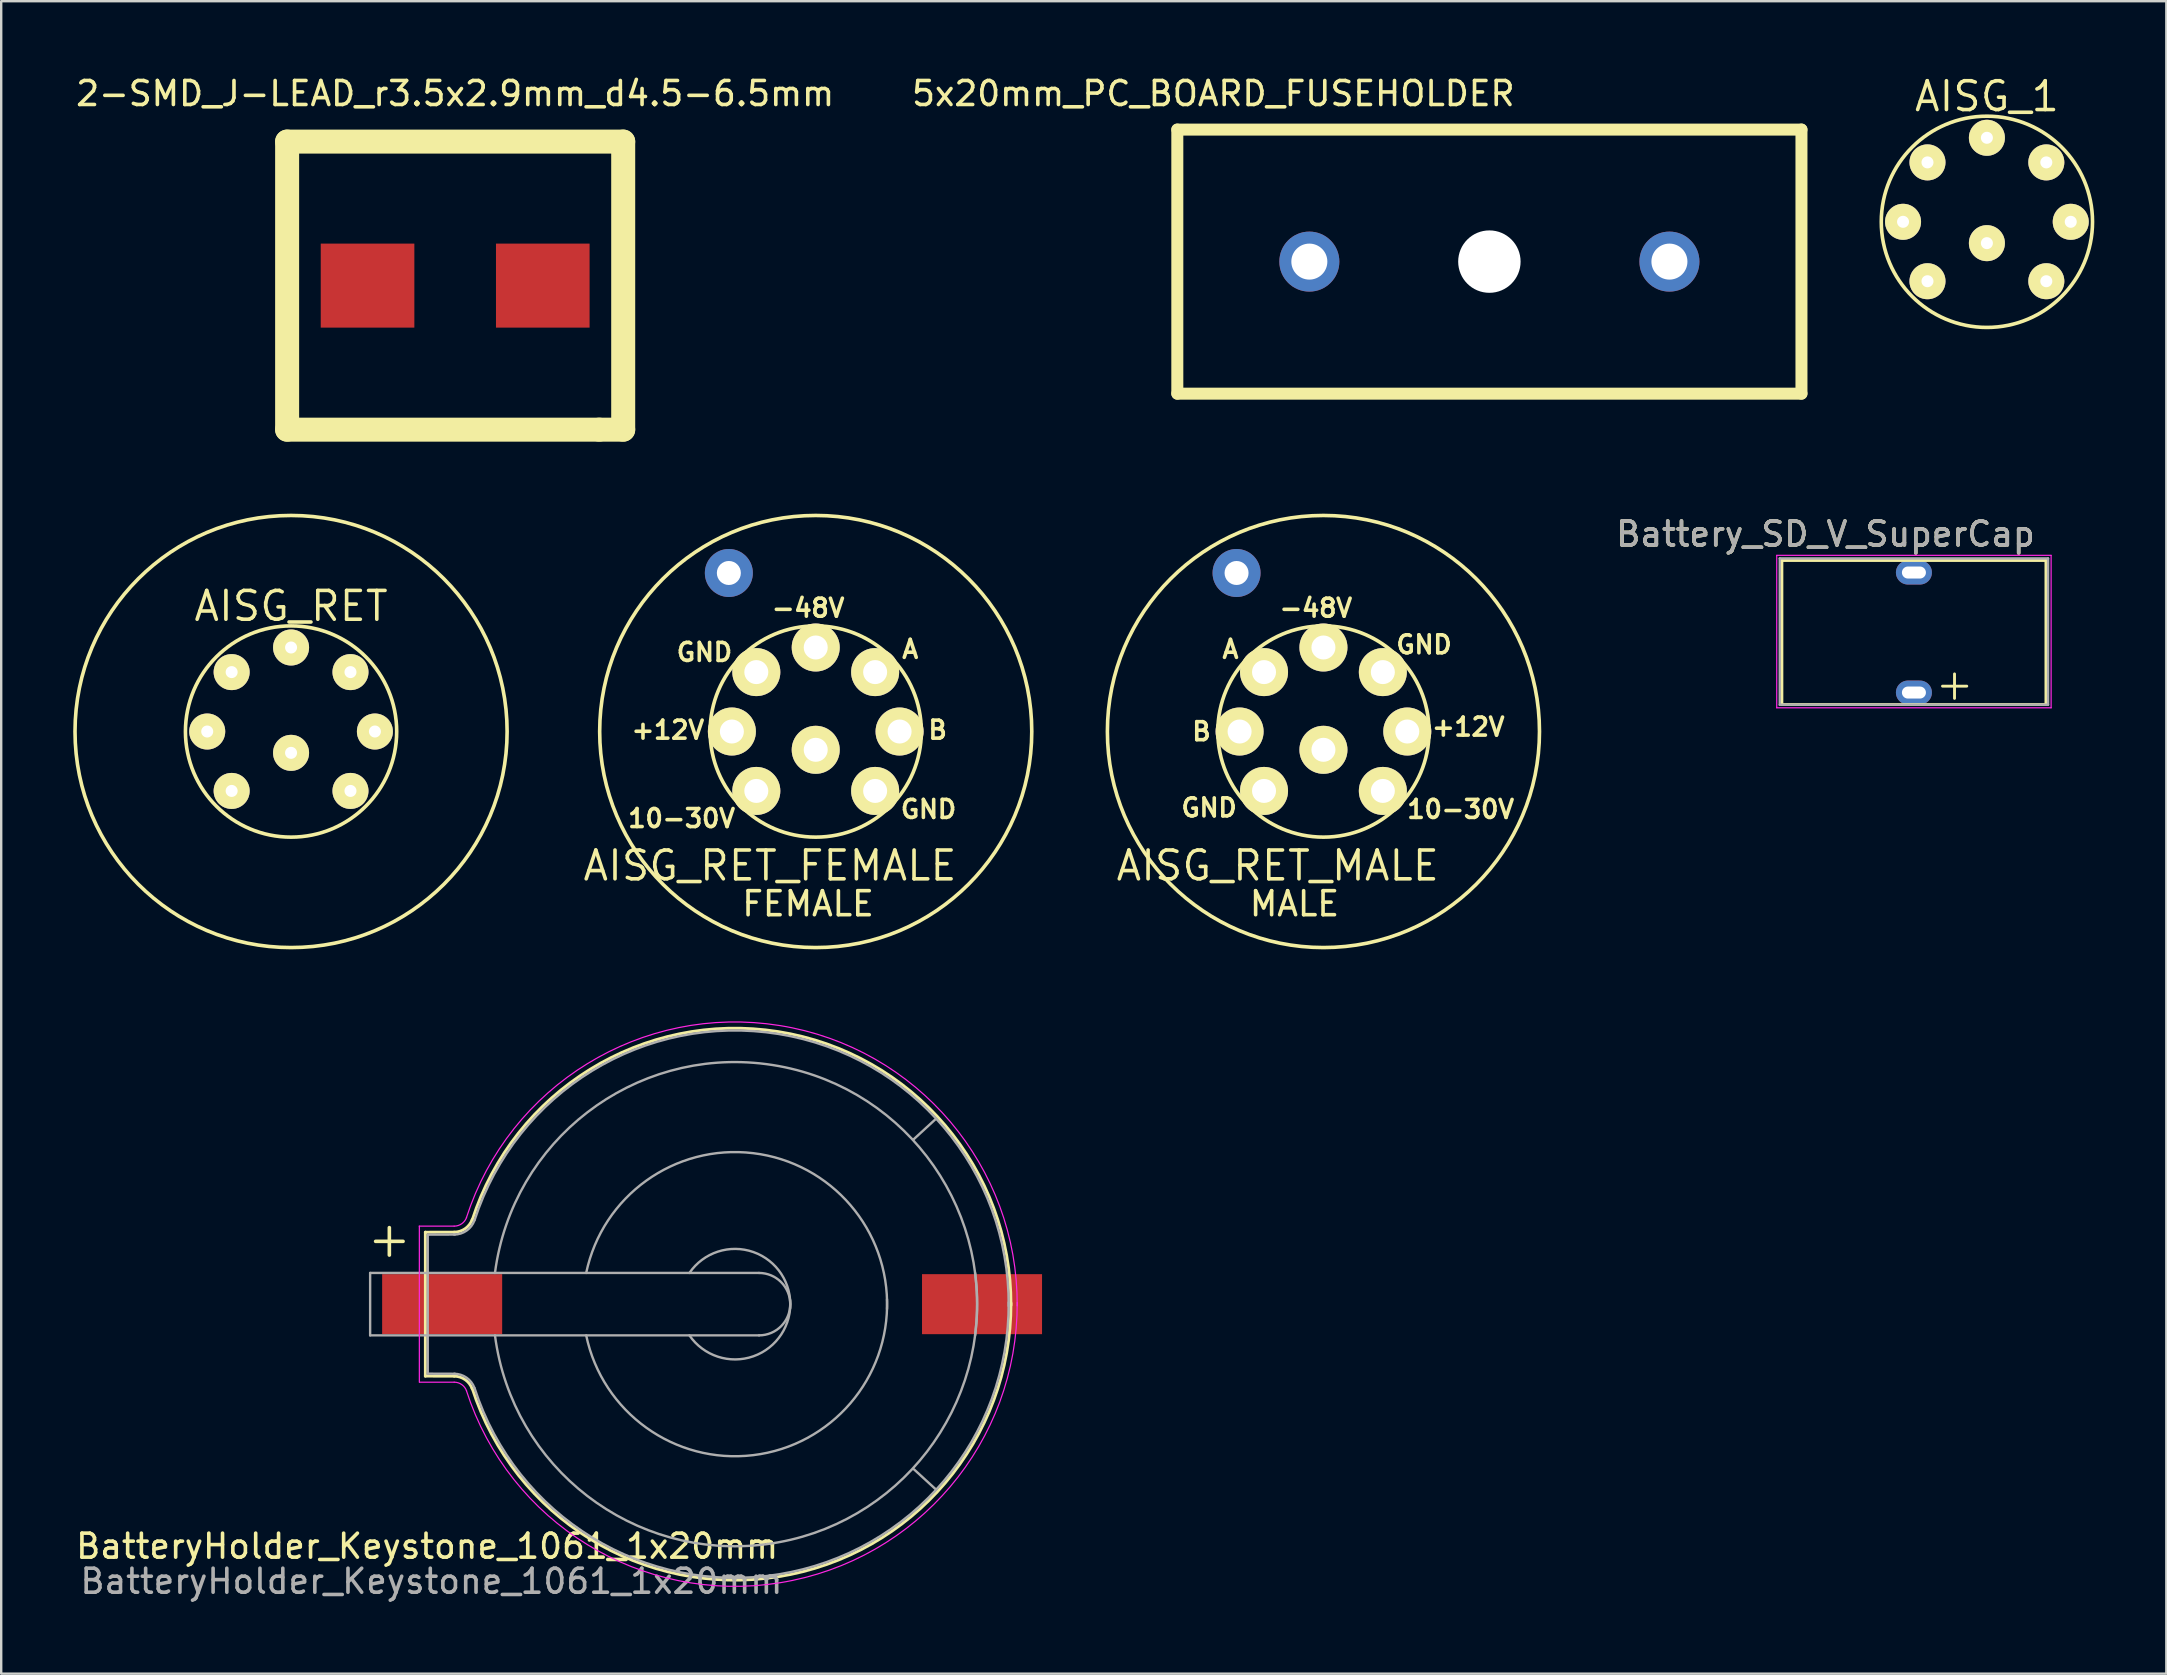
<source format=kicad_pcb>
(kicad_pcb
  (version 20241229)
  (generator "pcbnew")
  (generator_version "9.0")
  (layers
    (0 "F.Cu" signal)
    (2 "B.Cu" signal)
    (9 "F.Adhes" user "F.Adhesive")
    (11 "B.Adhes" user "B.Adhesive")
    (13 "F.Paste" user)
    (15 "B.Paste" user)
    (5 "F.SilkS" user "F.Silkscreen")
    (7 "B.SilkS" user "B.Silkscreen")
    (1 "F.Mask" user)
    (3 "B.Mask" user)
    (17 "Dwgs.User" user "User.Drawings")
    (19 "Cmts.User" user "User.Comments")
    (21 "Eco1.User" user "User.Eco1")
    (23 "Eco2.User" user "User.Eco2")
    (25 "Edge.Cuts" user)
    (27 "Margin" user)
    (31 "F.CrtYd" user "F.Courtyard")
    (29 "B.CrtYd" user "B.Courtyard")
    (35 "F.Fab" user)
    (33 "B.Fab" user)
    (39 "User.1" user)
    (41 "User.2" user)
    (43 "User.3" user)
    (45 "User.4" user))
  (footprint "AISG_1"
    (layer "F.Cu")
    (at 79.719 6.19)
    (property "Reference" "AISG_1" (at 0 -5.225 0) (layer "F.SilkS") (effects (font (size 1.2 1.2) (thickness 0.15))))
    (attr through_hole)
    (fp_circle (center 0 0) (end 0 4.4) (stroke (width 0.15) (type solid)) (fill no) (layer "F.SilkS"))
    (pad "1" thru_hole oval (at 3.493 0) (size 1.5 1.5) (drill 0.5) (layers "*.Cu" "*.Mask" "F.SilkS"))
    (pad "2" thru_hole oval (at 0 -3.5) (size 1.5 1.5) (drill 0.5) (layers "*.Cu" "*.Mask" "F.SilkS"))
    (pad "3" thru_hole oval (at -3.493 0) (size 1.5 1.5) (drill 0.5) (layers "*.Cu" "*.Mask" "F.SilkS"))
    (pad "4" thru_hole oval (at 2.475 -2.475) (size 1.5 1.5) (drill 0.5) (layers "*.Cu" "*.Mask" "F.SilkS"))
    (pad "5" thru_hole oval (at -2.475 -2.475) (size 1.5 1.5) (drill 0.5) (layers "*.Cu" "*.Mask" "F.SilkS"))
    (pad "6" thru_hole oval (at 2.475 2.475) (size 1.5 1.5) (drill 0.5) (layers "*.Cu" "*.Mask" "F.SilkS"))
    (pad "7" thru_hole oval (at -2.475 2.475) (size 1.5 1.5) (drill 0.5) (layers "*.Cu" "*.Mask" "F.SilkS"))
    (pad "8" thru_hole oval (at 0 0.889) (size 1.5 1.5) (drill 0.5) (layers "*.Cu" "*.Mask" "F.SilkS")))
  (footprint "BatteryHolder_Keystone_1061_1x20mm"
    (layer "F.Cu")
    (at 12.369 51.278)
    (property "Reference" "BatteryHolder_Keystone_1061_1x20mm" (at 2.375 10.084 0) (layer "F.SilkS") (effects (font (size 1 1) (thickness 0.15))))
    (attr through_hole)
    (fp_line (start 2.299 -2.997) (end 3.5 -3) (stroke (width 0.12) (type solid)) (layer "F.SilkS"))
    (fp_line (start 2.299 2.997) (end 3.5 3) (stroke (width 0.12) (type solid)) (layer "F.SilkS"))
    (fp_line (start 2.3 3) (end 2.3 -3) (stroke (width 0.12) (type solid)) (layer "F.SilkS"))
    (fp_arc (start 3.5 3) (mid 3.958861 3.144678) (end 4.251754 3.526384) (stroke (width 0.12) (type solid)) (layer "F.SilkS"))
    (fp_arc (start 4.25 -3.5) (mid 16.993514 -11.35499) (end 26.695671 0.045281) (stroke (width 0.12) (type solid)) (layer "F.SilkS"))
    (fp_arc (start 4.251754 -3.526384) (mid 3.958861 -3.144678) (end 3.5 -3) (stroke (width 0.12) (type solid)) (layer "F.SilkS"))
    (fp_arc (start 26.695671 -0.045281) (mid 16.993514 11.35499) (end 4.25 3.5) (stroke (width 0.12) (type solid)) (layer "F.SilkS"))
    (fp_line (start 2.045 -3.251) (end 3.5 -3.25) (stroke (width 0.05) (type solid)) (layer "F.CrtYd"))
    (fp_line (start 2.05 3.25) (end 2.05 -3.25) (stroke (width 0.05) (type solid)) (layer "F.CrtYd"))
    (fp_line (start 2.057 3.251) (end 3.5 3.25) (stroke (width 0.05) (type solid)) (layer "F.CrtYd"))
    (fp_arc (start 3.5 3.25) (mid 3.815467 3.349466) (end 4.016831 3.611889) (stroke (width 0.05) (type solid)) (layer "F.CrtYd"))
    (fp_arc (start 4.01 -3.6) (mid 17.055841 -11.60741) (end 26.954634 0.068483) (stroke (width 0.05) (type solid)) (layer "F.CrtYd"))
    (fp_arc (start 4.016831 -3.611889) (mid 3.815467 -3.349466) (end 3.5 -3.25) (stroke (width 0.05) (type solid)) (layer "F.CrtYd"))
    (fp_arc (start 26.954634 -0.068483) (mid 17.055841 11.60741) (end 4.01 3.6) (stroke (width 0.05) (type solid)) (layer "F.CrtYd"))
    (fp_line (start 0 -1.3) (end 0 1.3) (stroke (width 0.1) (type solid)) (layer "F.Fab"))
    (fp_line (start 0 1.3) (end 16.2 1.3) (stroke (width 0.1) (type solid)) (layer "F.Fab"))
    (fp_line (start 2.4 -2.883) (end 2.4 2.896) (stroke (width 0.1) (type solid)) (layer "F.Fab"))
    (fp_line (start 2.4 2.896) (end 3.531 2.9) (stroke (width 0.1) (type solid)) (layer "F.Fab"))
    (fp_line (start 3.531 -2.9) (end 2.413 -2.896) (stroke (width 0.1) (type solid)) (layer "F.Fab"))
    (fp_line (start 16.2 -1.3) (end 0 -1.3) (stroke (width 0.1) (type solid)) (layer "F.Fab"))
    (fp_line (start 23.571 -7.722) (end 22.631 -6.858) (stroke (width 0.1) (type solid)) (layer "F.Fab"))
    (fp_line (start 23.571 7.722) (end 22.657 6.883) (stroke (width 0.1) (type solid)) (layer "F.Fab"))
    (fp_arc (start 3.5 2.9) (mid 4.016219 3.062763) (end 4.345723 3.492182) (stroke (width 0.1) (type solid)) (layer "F.Fab"))
    (fp_arc (start 4.345723 -3.492182) (mid 4.016219 -3.062763) (end 3.5 -2.9) (stroke (width 0.1) (type solid)) (layer "F.Fab"))
    (fp_arc (start 4.35 -3.5) (mid 17.008726 -11.256154) (end 26.600299 0.075351) (stroke (width 0.1) (type solid)) (layer "F.Fab"))
    (fp_arc (start 5.2 -1.3) (mid 16.5 -10) (end 25.2 1.3) (stroke (width 0.1) (type solid)) (layer "F.Fab"))
    (fp_arc (start 9 -1.3) (mid 15.954687 -6.28971) (end 21.531551 0.203631) (stroke (width 0.1) (type solid)) (layer "F.Fab"))
    (fp_arc (start 13.3 -1.3) (mid 15.963947 -2.171724) (end 17.495448 0.175833) (stroke (width 0.1) (type solid)) (layer "F.Fab"))
    (fp_arc (start 16.2 -1.3) (mid 17.5 0) (end 16.2 1.3) (stroke (width 0.1) (type solid)) (layer "F.Fab"))
    (fp_arc (start 17.495448 -0.175833) (mid 15.963947 2.171724) (end 13.3 1.3) (stroke (width 0.1) (type solid)) (layer "F.Fab"))
    (fp_arc (start 21.531551 -0.203631) (mid 15.954687 6.28971) (end 9 1.3) (stroke (width 0.1) (type solid)) (layer "F.Fab"))
    (fp_arc (start 25.2 -1.3) (mid 16.5 10) (end 5.2 1.3) (stroke (width 0.1) (type solid)) (layer "F.Fab"))
    (fp_arc (start 26.600299 -0.075351) (mid 17.008726 11.256154) (end 4.35 3.5) (stroke (width 0.1) (type solid)) (layer "F.Fab"))
    (fp_text user "+" (at 0.8 -2.731 0) (layer "F.SilkS") (effects (font (size 1.5 1.5) (thickness 0.15))))
    (fp_text user "${REFERENCE}" (at 2.553 11.544 0) (layer "F.Fab") (effects (font (size 1 1) (thickness 0.15))))
    (pad "1" smd rect (at 3 0) (size 5 2.5) (layers "F.Cu" "F.Mask" "F.Paste"))
    (pad "2" smd rect (at 25.49 0) (size 5 2.5) (layers "F.Cu" "F.Mask" "F.Paste")))
  (footprint "AISG_RET_MALE"
    (layer "F.Cu")
    (at 52.081 27.423)
    (property "Reference" "AISG_RET_MALE" (at -1.905 5.588 0) (layer "F.SilkS") (effects (font (size 1.2 1.2) (thickness 0.15))))
    (attr through_hole)
    (fp_circle (center 0 0) (end 0 4.4) (stroke (width 0.15) (type solid)) (fill no) (layer "F.SilkS"))
    (fp_circle (center 0 0) (end 0 9) (stroke (width 0.15) (type solid)) (fill no) (layer "F.SilkS"))
    (fp_text user "MALE" (at -1.206 7.176 0) (layer "F.SilkS") (effects (font (size 1 1) (thickness 0.15))))
    (fp_text user "GND" (at -4.763 3.175 0) (layer "F.SilkS") (effects (font (size 0.75 0.75) (thickness 0.15))))
    (fp_text user "GND" (at 4.191 -3.619 0) (layer "F.SilkS") (effects (font (size 0.75 0.75) (thickness 0.15))))
    (fp_text user "10-30V" (at 5.715 3.239 0) (layer "F.SilkS") (effects (font (size 0.75 0.75) (thickness 0.15))))
    (fp_text user "A" (at -3.873 -3.429 0) (layer "F.SilkS") (effects (font (size 0.75 0.75) (thickness 0.15))))
    (fp_text user "B" (at -5.08 0 0) (layer "F.SilkS") (effects (font (size 0.75 0.75) (thickness 0.15))))
    (fp_text user "+12V" (at 6.032 -0.191 0) (layer "F.SilkS") (effects (font (size 0.75 0.75) (thickness 0.15))))
    (fp_text user "-48V" (at -0.318 -5.144 0) (layer "F.SilkS") (effects (font (size 0.75 0.75) (thickness 0.15))))
    (pad "1" thru_hole oval (at 3.493 0) (size 2 2) (drill 1) (layers "*.Cu" "*.Mask" "F.SilkS"))
    (pad "2" thru_hole oval (at 0 -3.5) (size 2 2) (drill 1) (layers "*.Cu" "*.Mask" "F.SilkS"))
    (pad "3" thru_hole oval (at -3.493 0) (size 2 2) (drill 1) (layers "*.Cu" "*.Mask" "F.SilkS"))
    (pad "4" thru_hole oval (at 2.475 -2.475) (size 2 2) (drill 1) (layers "*.Cu" "*.Mask" "F.SilkS"))
    (pad "5" thru_hole oval (at -2.475 -2.475) (size 2 2) (drill 1) (layers "*.Cu" "*.Mask" "F.SilkS"))
    (pad "6" thru_hole oval (at 2.475 2.475) (size 2 2) (drill 1) (layers "*.Cu" "*.Mask" "F.SilkS"))
    (pad "7" thru_hole oval (at -2.475 2.475) (size 2 2) (drill 1) (layers "*.Cu" "*.Mask" "F.SilkS"))
    (pad "8" thru_hole oval (at 0 0.762) (size 2 2) (drill 1) (layers "*.Cu" "*.Mask" "F.SilkS"))
    (pad "GND" thru_hole circle (at -3.619 -6.604) (size 2 2) (drill 1) (layers "*.Cu" "*.Mask")))
  (footprint "5x20mm_PC_BOARD_FUSEHOLDER"
    (layer "F.Cu")
    (at 58.994 7.848)
    (property "Reference" "5x20mm_PC_BOARD_FUSEHOLDER" (at -11.5 -7 0) (layer "F.SilkS") (effects (font (size 1 1) (thickness 0.15))))
    (attr through_hole)
    (fp_line (start -13 -5.5) (end 13 -5.5) (stroke (width 0.5) (type solid)) (layer "F.SilkS"))
    (fp_line (start -13 5.5) (end -13 -5.5) (stroke (width 0.5) (type solid)) (layer "F.SilkS"))
    (fp_line (start 13 -5.5) (end 13 5.5) (stroke (width 0.5) (type solid)) (layer "F.SilkS"))
    (fp_line (start 13 5.5) (end -13 5.5) (stroke (width 0.5) (type solid)) (layer "F.SilkS"))
    (pad "" np_thru_hole circle (at 0 0) (size 2.6 2.6) (drill 2.6) (layers "*.Cu" "*.Mask"))
    (pad "1" thru_hole circle (at -7.5 0) (size 2.5 2.5) (drill 1.5) (layers "*.Cu" "*.Mask"))
    (pad "2" thru_hole circle (at 7.5 0) (size 2.5 2.5) (drill 1.5) (layers "*.Cu" "*.Mask")))
  (footprint "2-SMD_J-LEAD_r3.5x2.9mm_d4.5-6.5mm"
    (layer "F.Cu")
    (at 15.911 8.848)
    (property "Reference" "2-SMD_J-LEAD_r3.5x2.9mm_d4.5-6.5mm" (at 0 -8 0) (layer "F.SilkS") (effects (font (size 1 1) (thickness 0.15))))
    (attr through_hole)
    (fp_line (start -7 -6) (end -7 6) (stroke (width 1) (type solid)) (layer "F.SilkS"))
    (fp_line (start -7 6) (end 6 6) (stroke (width 1) (type solid)) (layer "F.SilkS"))
    (fp_line (start 6 6) (end 7 6) (stroke (width 1) (type solid)) (layer "F.SilkS"))
    (fp_line (start 7 -6) (end -7 -6) (stroke (width 1) (type solid)) (layer "F.SilkS"))
    (fp_line (start 7 6) (end 7 -6) (stroke (width 1) (type solid)) (layer "F.SilkS"))
    (pad "1" smd rect (at -3.65 0) (size 3.9 3.5) (layers "F.Cu" "F.Mask" "F.Paste"))
    (pad "2" smd rect (at 3.65 0) (size 3.9 3.5) (layers "F.Cu" "F.Mask" "F.Paste")))
  (footprint "AISG_RET_FEMALE"
    (layer "F.Cu")
    (at 30.931 27.423)
    (property "Reference" "AISG_RET_FEMALE" (at -1.905 5.588 0) (layer "F.SilkS") (effects (font (size 1.2 1.2) (thickness 0.15))))
    (attr through_hole)
    (fp_circle (center 0 0) (end 0 4.4) (stroke (width 0.15) (type solid)) (fill no) (layer "F.SilkS"))
    (fp_circle (center 0 0) (end 0 9) (stroke (width 0.15) (type solid)) (fill no) (layer "F.SilkS"))
    (fp_text user "10-30V" (at -5.588 3.619 0) (layer "F.SilkS") (effects (font (size 0.75 0.75) (thickness 0.15))))
    (fp_text user "A" (at 3.937 -3.429 0) (layer "F.SilkS") (effects (font (size 0.75 0.75) (thickness 0.15))))
    (fp_text user "FEMALE" (at -0.318 7.176 0) (layer "F.SilkS") (effects (font (size 1 1) (thickness 0.15))))
    (fp_text user "+12V" (at -6.16 -0.064 0) (layer "F.SilkS") (effects (font (size 0.75 0.75) (thickness 0.15))))
    (fp_text user "-48V" (at -0.318 -5.144 0) (layer "F.SilkS") (effects (font (size 0.75 0.75) (thickness 0.15))))
    (fp_text user "GND" (at -4.636 -3.302 0) (layer "F.SilkS") (effects (font (size 0.75 0.75) (thickness 0.15))))
    (fp_text user "GND" (at 4.699 3.239 0) (layer "F.SilkS") (effects (font (size 0.75 0.75) (thickness 0.15))))
    (fp_text user "B" (at 5.08 -0.064 0) (layer "F.SilkS") (effects (font (size 0.75 0.75) (thickness 0.15))))
    (pad "1" thru_hole oval (at -3.493 0) (size 2 2) (drill 1) (layers "*.Cu" "*.Mask" "F.SilkS"))
    (pad "2" thru_hole oval (at 0 -3.5) (size 2 2) (drill 1) (layers "*.Cu" "*.Mask" "F.SilkS"))
    (pad "3" thru_hole oval (at 3.493 0) (size 2 2) (drill 1) (layers "*.Cu" "*.Mask" "F.SilkS"))
    (pad "4" thru_hole oval (at -2.475 -2.475) (size 2 2) (drill 1) (layers "*.Cu" "*.Mask" "F.SilkS"))
    (pad "5" thru_hole oval (at 2.475 -2.475) (size 2 2) (drill 1) (layers "*.Cu" "*.Mask" "F.SilkS"))
    (pad "6" thru_hole oval (at -2.475 2.475) (size 2 2) (drill 1) (layers "*.Cu" "*.Mask" "F.SilkS"))
    (pad "7" thru_hole oval (at 2.475 2.475) (size 2 2) (drill 1) (layers "*.Cu" "*.Mask" "F.SilkS"))
    (pad "8" thru_hole oval (at 0 0.762) (size 2 2) (drill 1) (layers "*.Cu" "*.Mask" "F.SilkS"))
    (pad "GND" thru_hole circle (at -3.619 -6.604) (size 2 2) (drill 1) (layers "*.Cu" "*.Mask")))
  (footprint "Battery_SD_V_SuperCap"
    (layer "F.Cu")
    (at 76.679 25.8)
    (property "Reference" "Battery_SD_V_SuperCap" (at -3.683 -6.604 0) (layer "F.SilkS") (effects (font (size 1 1) (thickness 0.15))))
    (attr through_hole)
    (fp_line (start -5.5 -5.5) (end -5.5 0.5) (stroke (width 0.12) (type solid)) (layer "F.SilkS"))
    (fp_line (start -5.5 -5.5) (end 5.5 -5.5) (stroke (width 0.12) (type solid)) (layer "F.SilkS"))
    (fp_line (start -5.5 0.5) (end 5.5 0.5) (stroke (width 0.12) (type solid)) (layer "F.SilkS"))
    (fp_line (start 1.191 -0.267) (end 2.201 -0.267) (stroke (width 0.12) (type solid)) (layer "F.SilkS"))
    (fp_line (start 1.691 0.243) (end 1.691 -0.777) (stroke (width 0.12) (type solid)) (layer "F.SilkS"))
    (fp_line (start 5.5 -5.5) (end 5.5 0.5) (stroke (width 0.12) (type solid)) (layer "F.SilkS"))
    (fp_line (start -5.715 -5.715) (end -5.715 0.635) (stroke (width 0.05) (type solid)) (layer "F.CrtYd"))
    (fp_line (start -5.715 -5.715) (end 5.715 -5.715) (stroke (width 0.05) (type solid)) (layer "F.CrtYd"))
    (fp_line (start 5.715 0.635) (end -5.715 0.635) (stroke (width 0.05) (type solid)) (layer "F.CrtYd"))
    (fp_line (start 5.715 0.635) (end 5.715 -5.715) (stroke (width 0.05) (type solid)) (layer "F.CrtYd"))
    (fp_line (start -5.588 -5.588) (end -5.588 0.508) (stroke (width 0.1) (type solid)) (layer "F.Fab"))
    (fp_line (start 5.588 -5.588) (end -5.588 -5.588) (stroke (width 0.1) (type solid)) (layer "F.Fab"))
    (fp_line (start 5.588 0.508) (end -5.588 0.508) (stroke (width 0.1) (type solid)) (layer "F.Fab"))
    (fp_line (start 5.588 0.508) (end 5.588 -5.588) (stroke (width 0.1) (type solid)) (layer "F.Fab"))
    (fp_text user "${REFERENCE}" (at -3.683 -6.604 0) (layer "F.Fab") (effects (font (size 1 1) (thickness 0.15))))
    (pad "1" thru_hole oval (at 0 0 90) (size 1 1.5) (drill oval 0.5 1) (layers "*.Cu" "*.Mask"))
    (pad "2" thru_hole oval (at 0 -5 90) (size 1 1.5) (drill oval 0.5 1) (layers "*.Cu" "*.Mask")))
  (footprint "AISG_RET"
    (layer "F.Cu")
    (at 9.075 27.423)
    (property "Reference" "AISG_RET" (at 0 -5.225 0) (layer "F.SilkS") (effects (font (size 1.2 1.2) (thickness 0.15))))
    (attr through_hole)
    (fp_circle (center 0 0) (end 0 4.4) (stroke (width 0.15) (type solid)) (fill no) (layer "F.SilkS"))
    (fp_circle (center 0 0) (end 0 9) (stroke (width 0.15) (type solid)) (fill no) (layer "F.SilkS"))
    (pad "1" thru_hole oval (at 3.493 0) (size 1.5 1.5) (drill 0.5) (layers "*.Cu" "*.Mask" "F.SilkS"))
    (pad "2" thru_hole oval (at 0 -3.5) (size 1.5 1.5) (drill 0.5) (layers "*.Cu" "*.Mask" "F.SilkS"))
    (pad "3" thru_hole oval (at -3.493 0) (size 1.5 1.5) (drill 0.5) (layers "*.Cu" "*.Mask" "F.SilkS"))
    (pad "4" thru_hole oval (at 2.475 -2.475) (size 1.5 1.5) (drill 0.5) (layers "*.Cu" "*.Mask" "F.SilkS"))
    (pad "5" thru_hole oval (at -2.475 -2.475) (size 1.5 1.5) (drill 0.5) (layers "*.Cu" "*.Mask" "F.SilkS"))
    (pad "6" thru_hole oval (at 2.475 2.475) (size 1.5 1.5) (drill 0.5) (layers "*.Cu" "*.Mask" "F.SilkS"))
    (pad "7" thru_hole oval (at -2.475 2.475) (size 1.5 1.5) (drill 0.5) (layers "*.Cu" "*.Mask" "F.SilkS"))
    (pad "8" thru_hole oval (at 0 0.889) (size 1.5 1.5) (drill 0.5) (layers "*.Cu" "*.Mask" "F.SilkS")))
  (gr_rect
    (start -3 -3)
    (end 87.194 66.671)
    (stroke (width 0.1) (type default))
    (fill no)
    (layer "Edge.Cuts")))
</source>
